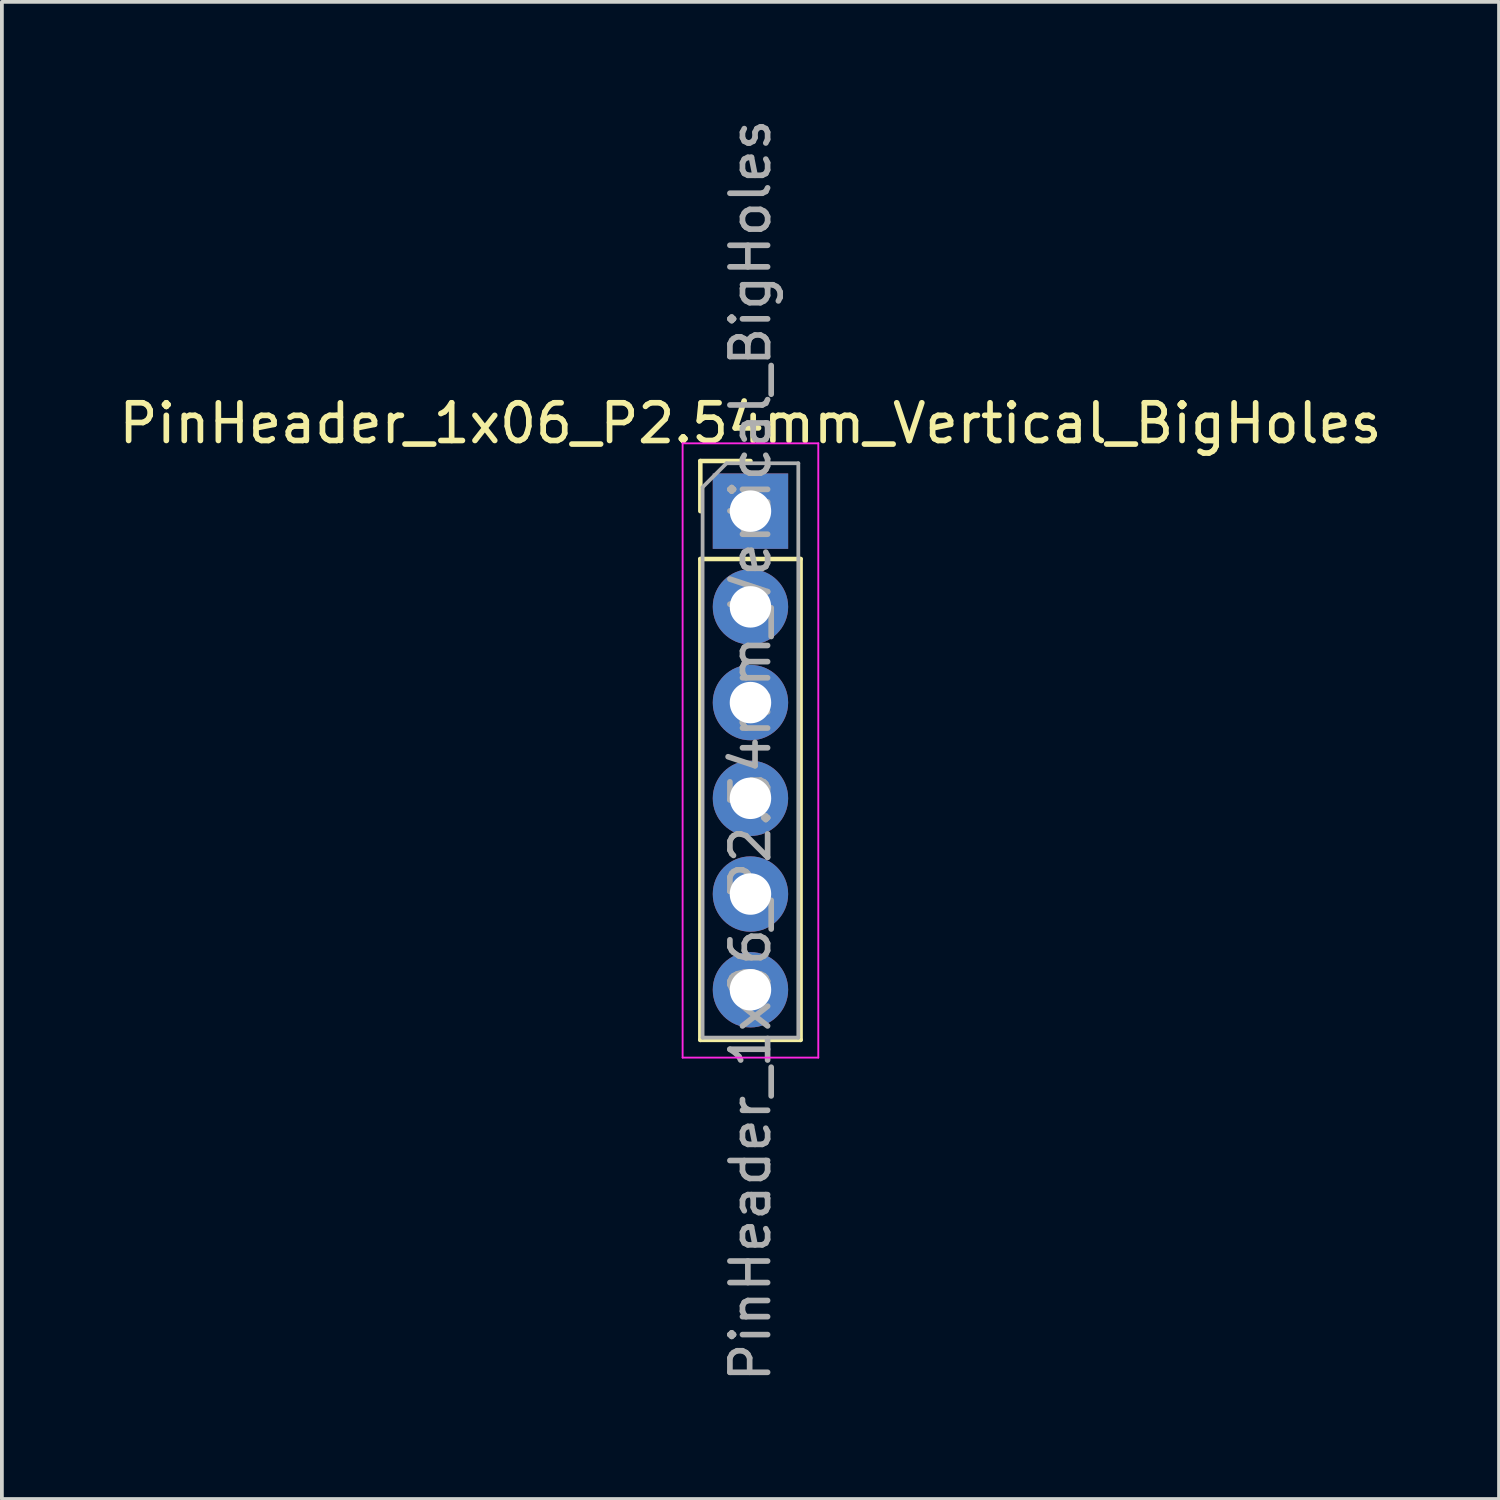
<source format=kicad_pcb>
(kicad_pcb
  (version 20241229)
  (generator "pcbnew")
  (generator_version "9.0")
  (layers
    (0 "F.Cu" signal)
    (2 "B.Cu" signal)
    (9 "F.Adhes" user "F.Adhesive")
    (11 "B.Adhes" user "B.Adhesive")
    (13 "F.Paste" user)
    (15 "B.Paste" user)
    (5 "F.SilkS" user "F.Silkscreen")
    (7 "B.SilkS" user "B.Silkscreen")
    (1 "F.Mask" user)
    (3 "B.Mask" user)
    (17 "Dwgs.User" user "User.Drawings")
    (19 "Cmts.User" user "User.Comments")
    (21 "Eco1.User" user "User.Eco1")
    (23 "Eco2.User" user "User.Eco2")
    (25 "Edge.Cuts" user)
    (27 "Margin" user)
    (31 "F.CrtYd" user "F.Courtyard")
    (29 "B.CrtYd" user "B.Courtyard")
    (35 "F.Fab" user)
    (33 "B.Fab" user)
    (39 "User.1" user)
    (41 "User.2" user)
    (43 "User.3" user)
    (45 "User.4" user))
  (footprint "PinHeader_1x06_P2.54mm_Vertical_BigHoles"
    (layer "F.Cu")
    (at 16.863 10.513)
    (property "Reference" "PinHeader_1x06_P2.54mm_Vertical_BigHoles" (at 0 -2.33 0) (layer "F.SilkS") (effects (font (size 1 1) (thickness 0.15))))
    (attr through_hole)
    (fp_line (start -1.33 -1.33) (end 0 -1.33) (stroke (width 0.12) (type solid)) (layer "F.SilkS"))
    (fp_line (start -1.33 0) (end -1.33 -1.33) (stroke (width 0.12) (type solid)) (layer "F.SilkS"))
    (fp_line (start -1.33 1.27) (end -1.33 14.03) (stroke (width 0.12) (type solid)) (layer "F.SilkS"))
    (fp_line (start -1.33 1.27) (end 1.33 1.27) (stroke (width 0.12) (type solid)) (layer "F.SilkS"))
    (fp_line (start -1.33 14.03) (end 1.33 14.03) (stroke (width 0.12) (type solid)) (layer "F.SilkS"))
    (fp_line (start 1.33 1.27) (end 1.33 14.03) (stroke (width 0.12) (type solid)) (layer "F.SilkS"))
    (fp_line (start -1.8 -1.8) (end -1.8 14.5) (stroke (width 0.05) (type solid)) (layer "F.CrtYd"))
    (fp_line (start -1.8 14.5) (end 1.8 14.5) (stroke (width 0.05) (type solid)) (layer "F.CrtYd"))
    (fp_line (start 1.8 -1.8) (end -1.8 -1.8) (stroke (width 0.05) (type solid)) (layer "F.CrtYd"))
    (fp_line (start 1.8 14.5) (end 1.8 -1.8) (stroke (width 0.05) (type solid)) (layer "F.CrtYd"))
    (fp_line (start -1.27 -0.635) (end -0.635 -1.27) (stroke (width 0.1) (type solid)) (layer "F.Fab"))
    (fp_line (start -1.27 13.97) (end -1.27 -0.635) (stroke (width 0.1) (type solid)) (layer "F.Fab"))
    (fp_line (start -0.635 -1.27) (end 1.27 -1.27) (stroke (width 0.1) (type solid)) (layer "F.Fab"))
    (fp_line (start 1.27 -1.27) (end 1.27 13.97) (stroke (width 0.1) (type solid)) (layer "F.Fab"))
    (fp_line (start 1.27 13.97) (end -1.27 13.97) (stroke (width 0.1) (type solid)) (layer "F.Fab"))
    (fp_text user "${REFERENCE}" (at 0 6.35 90) (layer "F.Fab") (effects (font (size 1 1) (thickness 0.15))))
    (pad "1" thru_hole rect (at 0 0) (size 2 2) (drill 1.1) (layers "*.Cu" "*.Mask"))
    (pad "2" thru_hole oval (at 0 2.54) (size 2 2) (drill 1.1) (layers "*.Cu" "*.Mask"))
    (pad "3" thru_hole oval (at 0 5.08) (size 2 2) (drill 1.1) (layers "*.Cu" "*.Mask"))
    (pad "4" thru_hole oval (at 0 7.62) (size 2 2) (drill 1.1) (layers "*.Cu" "*.Mask"))
    (pad "5" thru_hole oval (at 0 10.16) (size 2 2) (drill 1.1) (layers "*.Cu" "*.Mask"))
    (pad "6" thru_hole oval (at 0 12.7) (size 2 2) (drill 1.1) (layers "*.Cu" "*.Mask")))
  (gr_rect
    (start -3 -3)
    (end 36.726 36.726)
    (stroke (width 0.1) (type default))
    (fill no)
    (layer "Edge.Cuts")))
</source>
